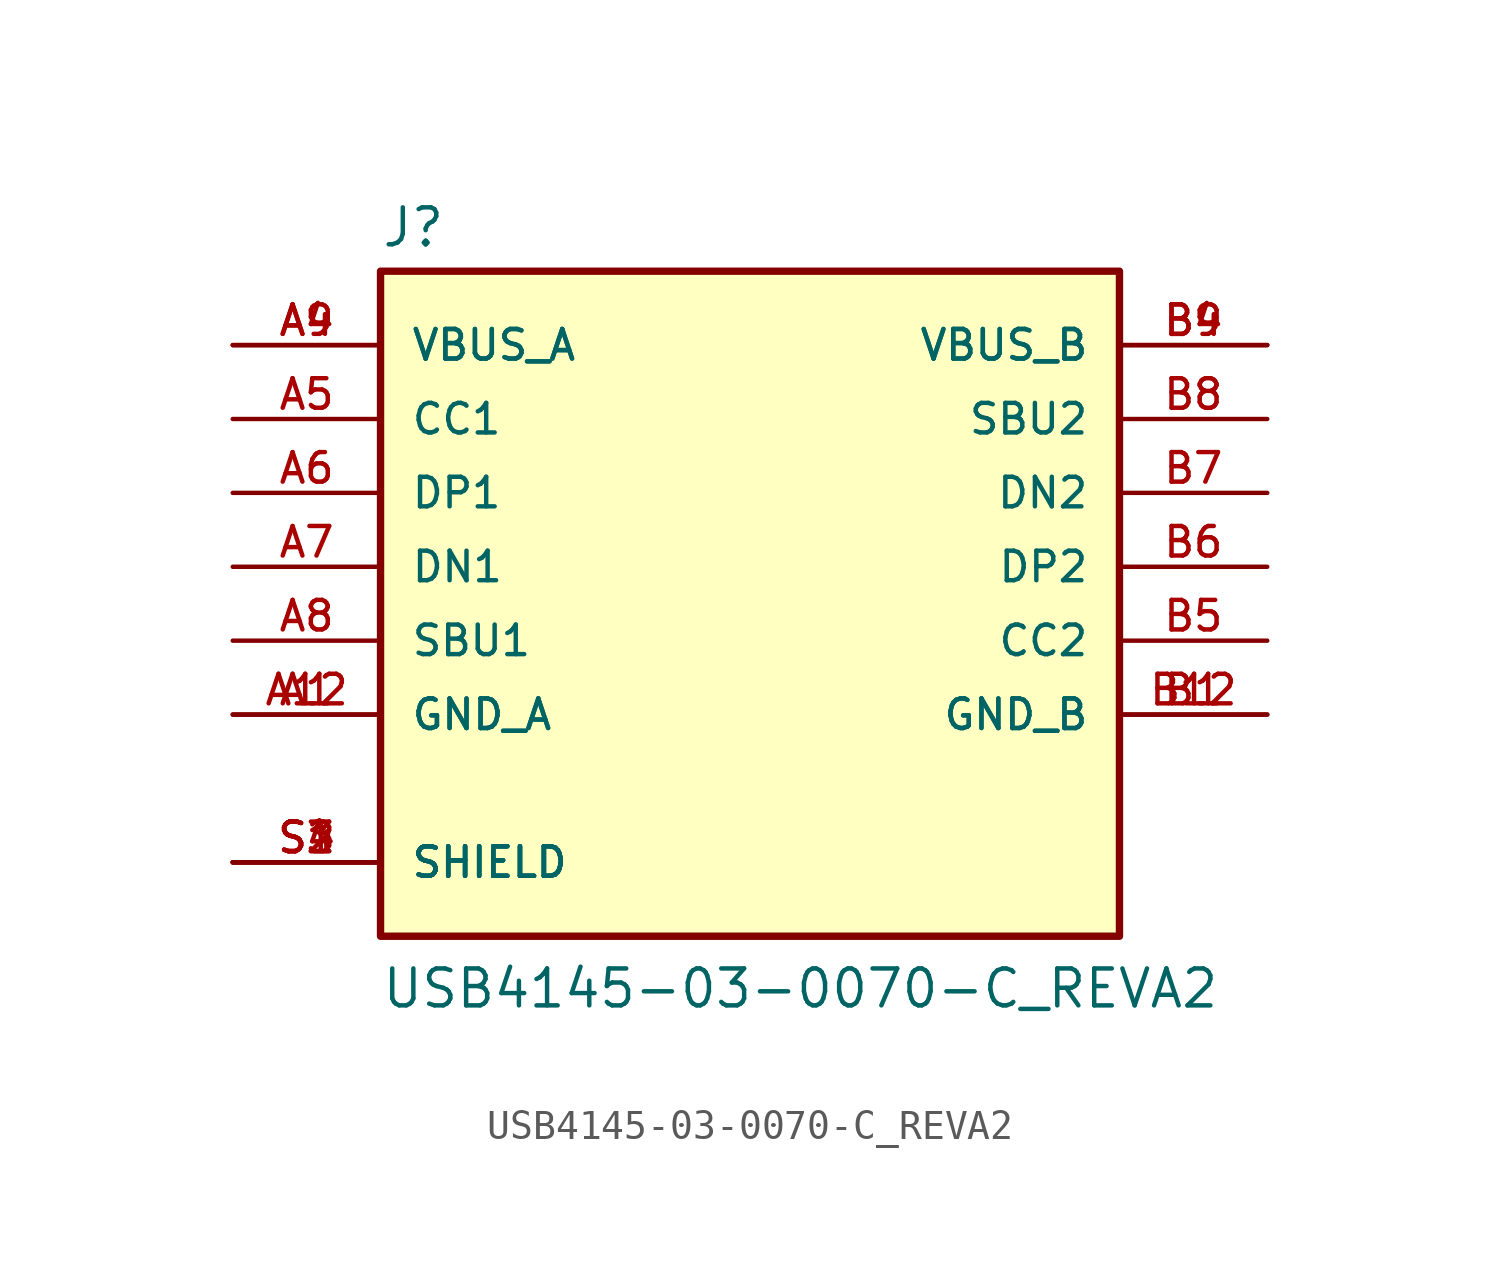
<source format=kicad_sym>
(kicad_symbol_lib
  (version 20231120)
  (generator "kicad_symbol_editor")
  (generator_version "8.0")
  (symbol "USB4145-03-0070-C_REVA2"
    (pin_names
      (offset 1.016))
    (property "Reference" "J"
      (at -12.7 10.922 0)
      (effects (font (size 1.27 1.27)) (justify left bottom)))
    (property "Value" "USB4145-03-0070-C_REVA2"
      (at -12.7 -15.24 0)
      (effects (font (size 1.27 1.27)) (justify left bottom)))
    (symbol "USB4145-03-0070-C_REVA2_0_0"
      (rectangle (start -12.7 -12.7) (end 12.7 10.16) (stroke (width 0.254) (type default)) (fill (type background)))
      (pin power_in line (at -17.78 -5.08 0) (length 5.08) (name "GND_A" (effects (font (size 1.016 1.016)))) (number "A1" (effects (font (size 1.016 1.016)))))
      (pin power_in line (at -17.78 -5.08 0) (length 5.08) (name "GND_A" (effects (font (size 1.016 1.016)))) (number "A12" (effects (font (size 1.016 1.016)))))
      (pin power_in line (at -17.78 7.62 0) (length 5.08) (name "VBUS_A" (effects (font (size 1.016 1.016)))) (number "A4" (effects (font (size 1.016 1.016)))))
      (pin bidirectional line (at -17.78 5.08 0) (length 5.08) (name "CC1" (effects (font (size 1.016 1.016)))) (number "A5" (effects (font (size 1.016 1.016)))))
      (pin bidirectional line (at -17.78 2.54 0) (length 5.08) (name "DP1" (effects (font (size 1.016 1.016)))) (number "A6" (effects (font (size 1.016 1.016)))))
      (pin bidirectional line (at -17.78 0 0) (length 5.08) (name "DN1" (effects (font (size 1.016 1.016)))) (number "A7" (effects (font (size 1.016 1.016)))))
      (pin bidirectional line (at -17.78 -2.54 0) (length 5.08) (name "SBU1" (effects (font (size 1.016 1.016)))) (number "A8" (effects (font (size 1.016 1.016)))))
      (pin power_in line (at -17.78 7.62 0) (length 5.08) (name "VBUS_A" (effects (font (size 1.016 1.016)))) (number "A9" (effects (font (size 1.016 1.016)))))
      (pin power_in line (at 17.78 -5.08 180) (length 5.08) (name "GND_B" (effects (font (size 1.016 1.016)))) (number "B1" (effects (font (size 1.016 1.016)))))
      (pin power_in line (at 17.78 -5.08 180) (length 5.08) (name "GND_B" (effects (font (size 1.016 1.016)))) (number "B12" (effects (font (size 1.016 1.016)))))
      (pin power_in line (at 17.78 7.62 180) (length 5.08) (name "VBUS_B" (effects (font (size 1.016 1.016)))) (number "B4" (effects (font (size 1.016 1.016)))))
      (pin bidirectional line (at 17.78 -2.54 180) (length 5.08) (name "CC2" (effects (font (size 1.016 1.016)))) (number "B5" (effects (font (size 1.016 1.016)))))
      (pin bidirectional line (at 17.78 0 180) (length 5.08) (name "DP2" (effects (font (size 1.016 1.016)))) (number "B6" (effects (font (size 1.016 1.016)))))
      (pin bidirectional line (at 17.78 2.54 180) (length 5.08) (name "DN2" (effects (font (size 1.016 1.016)))) (number "B7" (effects (font (size 1.016 1.016)))))
      (pin bidirectional line (at 17.78 5.08 180) (length 5.08) (name "SBU2" (effects (font (size 1.016 1.016)))) (number "B8" (effects (font (size 1.016 1.016)))))
      (pin power_in line (at 17.78 7.62 180) (length 5.08) (name "VBUS_B" (effects (font (size 1.016 1.016)))) (number "B9" (effects (font (size 1.016 1.016)))))
      (pin passive line (at -17.78 -10.16 0) (length 5.08) (name "SHIELD" (effects (font (size 1.016 1.016)))) (number "S1" (effects (font (size 1.016 1.016)))))
      (pin passive line (at -17.78 -10.16 0) (length 5.08) (name "SHIELD" (effects (font (size 1.016 1.016)))) (number "S2" (effects (font (size 1.016 1.016)))))
      (pin passive line (at -17.78 -10.16 0) (length 5.08) (name "SHIELD" (effects (font (size 1.016 1.016)))) (number "S3" (effects (font (size 1.016 1.016)))))
      (pin passive line (at -17.78 -10.16 0) (length 5.08) (name "SHIELD" (effects (font (size 1.016 1.016)))) (number "S4" (effects (font (size 1.016 1.016))))))))
</source>
